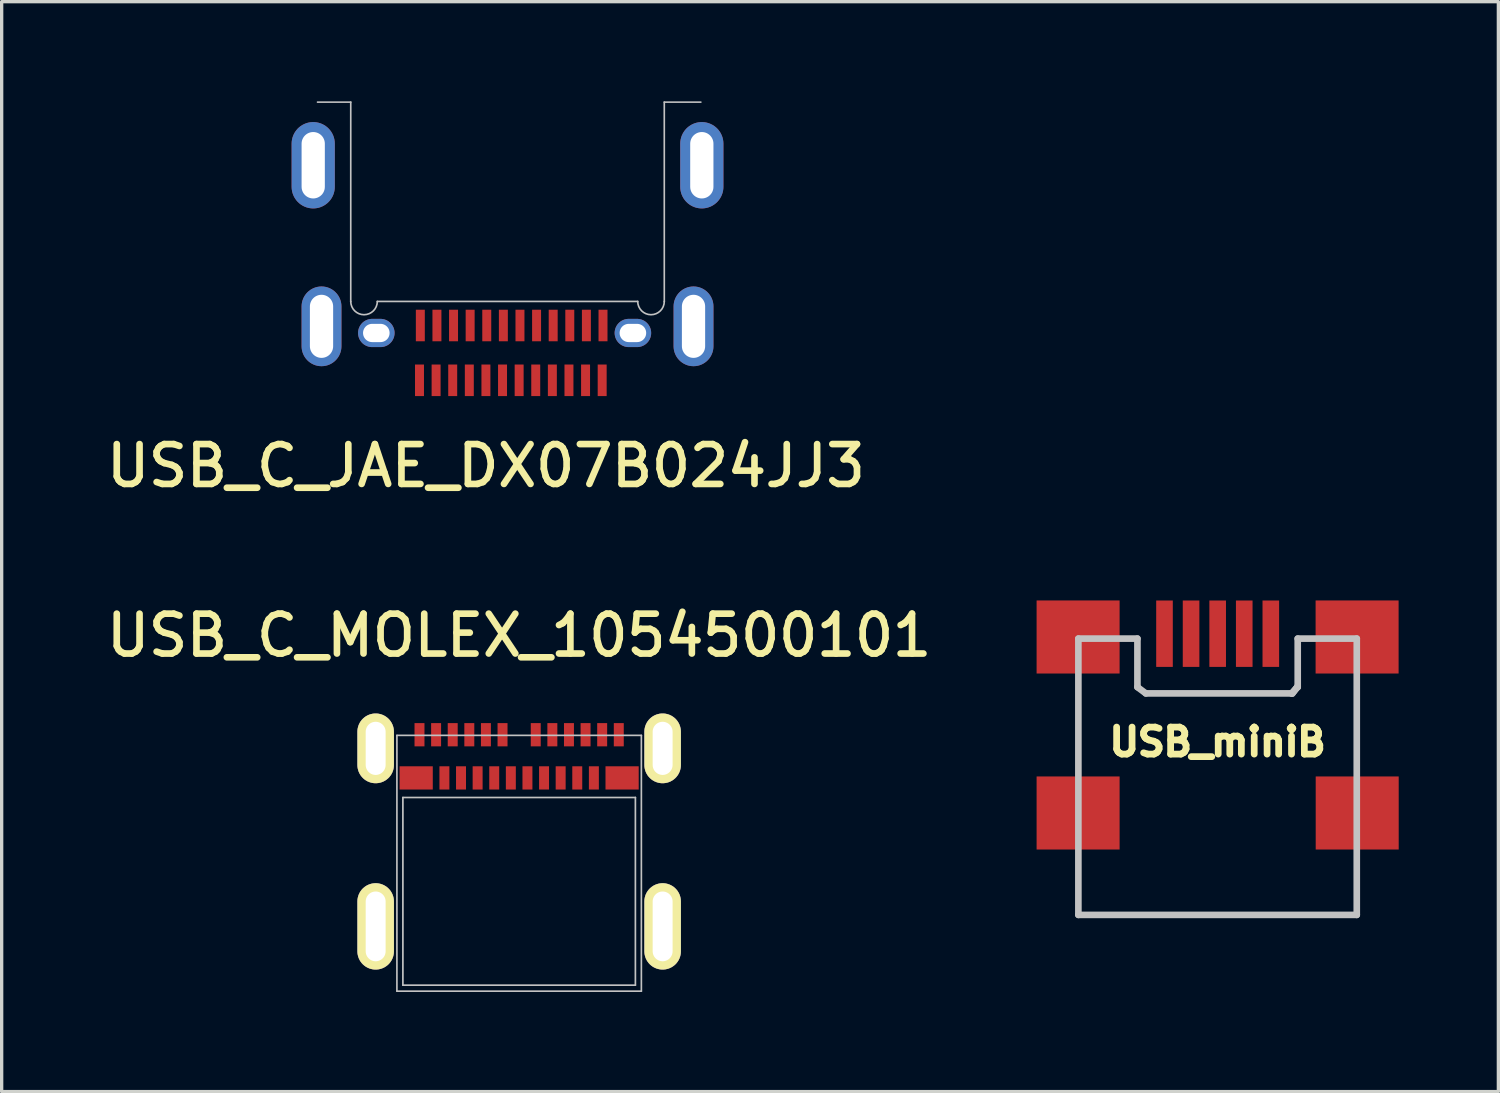
<source format=kicad_pcb>
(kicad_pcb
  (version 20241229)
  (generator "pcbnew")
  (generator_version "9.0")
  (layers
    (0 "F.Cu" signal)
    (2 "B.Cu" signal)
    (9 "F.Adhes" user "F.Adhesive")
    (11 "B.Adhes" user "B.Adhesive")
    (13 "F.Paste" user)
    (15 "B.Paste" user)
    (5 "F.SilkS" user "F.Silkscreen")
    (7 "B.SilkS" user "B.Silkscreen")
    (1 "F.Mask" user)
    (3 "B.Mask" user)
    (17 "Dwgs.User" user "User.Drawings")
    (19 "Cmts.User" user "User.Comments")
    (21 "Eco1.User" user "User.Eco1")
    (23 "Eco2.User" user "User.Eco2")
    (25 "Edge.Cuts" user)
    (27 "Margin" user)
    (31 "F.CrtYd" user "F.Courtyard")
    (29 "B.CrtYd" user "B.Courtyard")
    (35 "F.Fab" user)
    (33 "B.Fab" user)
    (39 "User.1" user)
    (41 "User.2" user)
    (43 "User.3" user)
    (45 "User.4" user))
  (footprint "USB_C_JAE_DX07B024JJ3"
    (layer "F.Cu")
    (at 17.78 6.775)
    (property "Reference" "USB_C_JAE_DX07B024JJ3" (at -6.2 4.2 0) (layer "F.SilkS") (effects (font (size 1.2 1.2) (thickness 0.2))))
    (attr smd)
    (fp_line (start -10.27 -6.75) (end -11.27 -6.75) (stroke (width 0.05) (type solid)) (layer "Dwgs.User"))
    (fp_line (start -10.27 -6.75) (end -10.27 -0.75) (stroke (width 0.05) (type solid)) (layer "Dwgs.User"))
    (fp_line (start -1.63 -0.75) (end -9.47 -0.75) (stroke (width 0.05) (type solid)) (layer "Dwgs.User"))
    (fp_line (start -0.83 -0.75) (end -0.83 -6.75) (stroke (width 0.05) (type solid)) (layer "Dwgs.User"))
    (fp_line (start 0.27 -6.75) (end -0.83 -6.75) (stroke (width 0.05) (type solid)) (layer "Dwgs.User"))
    (fp_arc (start -9.47 -0.75) (mid -9.87 -0.35) (end -10.27 -0.75) (stroke (width 0.05) (type solid)) (layer "Dwgs.User"))
    (fp_arc (start -0.83 -0.75) (mid -1.23 -0.35) (end -1.63 -0.75) (stroke (width 0.05) (type solid)) (layer "Dwgs.User"))
    (pad "1" smd rect (at -2.7 1.625 180) (size 0.27 0.95) (layers "F.Cu" "F.Mask" "F.Paste"))
    (pad "2" smd rect (at -3.2 1.625 180) (size 0.27 0.95) (layers "F.Cu" "F.Mask" "F.Paste"))
    (pad "3" smd rect (at -3.7 1.625 180) (size 0.27 0.95) (layers "F.Cu" "F.Mask" "F.Paste"))
    (pad "4" smd rect (at -4.2 1.625 180) (size 0.27 0.95) (layers "F.Cu" "F.Mask" "F.Paste"))
    (pad "5" smd rect (at -4.7 1.625 180) (size 0.27 0.95) (layers "F.Cu" "F.Mask" "F.Paste"))
    (pad "6" smd rect (at -5.2 1.625 180) (size 0.27 0.95) (layers "F.Cu" "F.Mask" "F.Paste"))
    (pad "7" smd rect (at -5.7 1.625 180) (size 0.27 0.95) (layers "F.Cu" "F.Mask" "F.Paste"))
    (pad "8" smd rect (at -6.2 1.625 180) (size 0.27 0.95) (layers "F.Cu" "F.Mask" "F.Paste"))
    (pad "9" smd rect (at -6.7 1.625 180) (size 0.27 0.95) (layers "F.Cu" "F.Mask" "F.Paste"))
    (pad "10" smd rect (at -7.2 1.625 180) (size 0.27 0.95) (layers "F.Cu" "F.Mask" "F.Paste"))
    (pad "11" smd rect (at -7.7 1.625 180) (size 0.27 0.95) (layers "F.Cu" "F.Mask" "F.Paste"))
    (pad "12" smd rect (at -8.2 1.625 180) (size 0.27 0.95) (layers "F.Cu" "F.Mask" "F.Paste"))
    (pad "13" smd rect (at -8.175 -0.025 180) (size 0.27 0.95) (layers "F.Cu" "F.Mask" "F.Paste"))
    (pad "14" smd rect (at -7.675 -0.025 180) (size 0.27 0.95) (layers "F.Cu" "F.Mask" "F.Paste"))
    (pad "15" smd rect (at -7.175 -0.025 180) (size 0.27 0.95) (layers "F.Cu" "F.Mask" "F.Paste"))
    (pad "16" smd rect (at -6.675 -0.025 180) (size 0.27 0.95) (layers "F.Cu" "F.Mask" "F.Paste"))
    (pad "17" smd rect (at -6.175 -0.025 180) (size 0.27 0.95) (layers "F.Cu" "F.Mask" "F.Paste"))
    (pad "18" smd rect (at -5.675 -0.025 180) (size 0.27 0.95) (layers "F.Cu" "F.Mask" "F.Paste"))
    (pad "19" smd rect (at -5.175 -0.025 180) (size 0.27 0.95) (layers "F.Cu" "F.Mask" "F.Paste"))
    (pad "20" smd rect (at -4.675 -0.025 180) (size 0.27 0.95) (layers "F.Cu" "F.Mask" "F.Paste"))
    (pad "21" smd rect (at -4.175 -0.025 180) (size 0.27 0.95) (layers "F.Cu" "F.Mask" "F.Paste"))
    (pad "22" smd rect (at -3.675 -0.025 180) (size 0.27 0.95) (layers "F.Cu" "F.Mask" "F.Paste"))
    (pad "23" smd rect (at -3.175 -0.025 180) (size 0.27 0.95) (layers "F.Cu" "F.Mask" "F.Paste"))
    (pad "24" smd rect (at -2.675 -0.025 180) (size 0.27 0.95) (layers "F.Cu" "F.Mask" "F.Paste"))
    (pad "25" thru_hole oval (at -11.4 -4.85) (size 1.3 2.6) (drill oval 0.7 2) (layers "*.Cu" "*.Mask"))
    (pad "25" thru_hole oval (at -11.15 0 180) (size 1.2 2.4) (drill oval 0.7 1.9) (layers "*.Cu" "*.Mask"))
    (pad "25" thru_hole oval (at -9.5 0.2 180) (size 1.1 0.85) (drill oval 0.8 0.55) (layers "*.Cu" "*.Mask"))
    (pad "25" thru_hole oval (at -1.775 0.2 180) (size 1.1 0.85) (drill oval 0.8 0.55) (layers "*.Cu" "*.Mask"))
    (pad "25" thru_hole oval (at 0.05 0 180) (size 1.2 2.4) (drill oval 0.7 1.9) (layers "*.Cu" "*.Mask"))
    (pad "25" thru_hole oval (at 0.3 -4.85) (size 1.3 2.6) (drill oval 0.7 2) (layers "*.Cu" "*.Mask")))
  (footprint "USB_C_MOLEX_1054500101"
    (layer "F.Cu")
    (at 12.58 19.481)
    (property "Reference" "USB_C_MOLEX_1054500101" (at 0 -3.4 0) (layer "F.SilkS") (effects (font (size 1.2 1.2) (thickness 0.2))))
    (attr smd)
    (fp_line (start -6.2 -1) (end -6.2 1.15) (stroke (width 0.65) (type solid)) (layer "F.Paste"))
    (fp_line (start -6.2 1.15) (end -4.05 1.15) (stroke (width 0.65) (type solid)) (layer "F.Paste"))
    (fp_line (start -5.8 4.2) (end -5.8 6.45) (stroke (width 0.65) (type solid)) (layer "F.Paste"))
    (fp_line (start -5.8 6.45) (end -4.05 6.45) (stroke (width 0.65) (type solid)) (layer "F.Paste"))
    (fp_line (start -5.6 -0.95) (end -5.6 1.15) (stroke (width 0.65) (type solid)) (layer "F.Paste"))
    (fp_line (start -5.2 4.2) (end -5.2 6.45) (stroke (width 0.65) (type solid)) (layer "F.Paste"))
    (fp_line (start -5 -1) (end -5 1.15) (stroke (width 0.65) (type solid)) (layer "F.Paste"))
    (fp_line (start -4.65 6.45) (end -4.65 4.2) (stroke (width 0.65) (type solid)) (layer "F.Paste"))
    (fp_line (start -4.5 -1) (end -4.5 1.15) (stroke (width 0.65) (type solid)) (layer "F.Paste"))
    (fp_line (start -4.05 -1) (end -6.2 -1) (stroke (width 0.65) (type solid)) (layer "F.Paste"))
    (fp_line (start -4.05 1.15) (end -4.05 -1) (stroke (width 0.65) (type solid)) (layer "F.Paste"))
    (fp_line (start -4.05 4.2) (end -5.8 4.2) (stroke (width 0.65) (type solid)) (layer "F.Paste"))
    (fp_line (start -4.05 6.45) (end -4.05 4.2) (stroke (width 0.65) (type solid)) (layer "F.Paste"))
    (fp_line (start 4.05 -1.1) (end 4.05 1.05) (stroke (width 0.65) (type solid)) (layer "F.Paste"))
    (fp_line (start 4.05 1.05) (end 6.2 1.05) (stroke (width 0.65) (type solid)) (layer "F.Paste"))
    (fp_line (start 4.05 4.2) (end 4.05 6.45) (stroke (width 0.65) (type solid)) (layer "F.Paste"))
    (fp_line (start 4.05 6.45) (end 5.8 6.45) (stroke (width 0.65) (type solid)) (layer "F.Paste"))
    (fp_line (start 4.65 -1.05) (end 4.65 1.05) (stroke (width 0.65) (type solid)) (layer "F.Paste"))
    (fp_line (start 4.65 4.2) (end 4.65 6.45) (stroke (width 0.65) (type solid)) (layer "F.Paste"))
    (fp_line (start 5.2 6.45) (end 5.2 4.2) (stroke (width 0.65) (type solid)) (layer "F.Paste"))
    (fp_line (start 5.25 -1.1) (end 5.25 1.05) (stroke (width 0.65) (type solid)) (layer "F.Paste"))
    (fp_line (start 5.75 -1.1) (end 5.75 1.05) (stroke (width 0.65) (type solid)) (layer "F.Paste"))
    (fp_line (start 5.8 4.2) (end 4.05 4.2) (stroke (width 0.65) (type solid)) (layer "F.Paste"))
    (fp_line (start 5.8 6.45) (end 5.8 4.2) (stroke (width 0.65) (type solid)) (layer "F.Paste"))
    (fp_line (start 6.2 -1.1) (end 4.05 -1.1) (stroke (width 0.65) (type solid)) (layer "F.Paste"))
    (fp_line (start 6.2 1.05) (end 6.2 -1.1) (stroke (width 0.65) (type solid)) (layer "F.Paste"))
    (fp_line (start -3.68 -0.39) (end 3.68 -0.39) (stroke (width 0.05) (type solid)) (layer "Dwgs.User"))
    (fp_line (start -3.68 7.31) (end -3.68 -0.39) (stroke (width 0.05) (type solid)) (layer "Dwgs.User"))
    (fp_line (start -3.5 1.48) (end -3.5 7.13) (stroke (width 0.051) (type solid)) (layer "Dwgs.User"))
    (fp_line (start -3.5 1.48) (end 3.5 1.48) (stroke (width 0.051) (type solid)) (layer "Dwgs.User"))
    (fp_line (start 3.5 1.48) (end 3.5 7.13) (stroke (width 0.051) (type solid)) (layer "Dwgs.User"))
    (fp_line (start 3.5 7.13) (end -3.5 7.13) (stroke (width 0.051) (type solid)) (layer "Dwgs.User"))
    (fp_line (start 3.68 -0.39) (end 3.68 7.31) (stroke (width 0.05) (type solid)) (layer "Dwgs.User"))
    (fp_line (start 3.68 7.31) (end -3.68 7.31) (stroke (width 0.05) (type solid)) (layer "Dwgs.User"))
    (pad "1" smd rect (at -3 -0.41) (size 0.3 0.7) (layers "F.Cu" "F.Mask" "F.Paste"))
    (pad "2" smd rect (at -2.5 -0.41) (size 0.3 0.7) (layers "F.Cu" "F.Mask" "F.Paste"))
    (pad "3" smd rect (at -2 -0.41) (size 0.3 0.7) (layers "F.Cu" "F.Mask" "F.Paste"))
    (pad "4" smd rect (at -1.5 -0.41) (size 0.3 0.7) (layers "F.Cu" "F.Mask" "F.Paste"))
    (pad "5" smd rect (at -1 -0.41) (size 0.3 0.7) (layers "F.Cu" "F.Mask" "F.Paste"))
    (pad "6" smd rect (at -0.5 -0.41) (size 0.3 0.7) (layers "F.Cu" "F.Mask" "F.Paste"))
    (pad "7" smd rect (at 0.5 -0.41) (size 0.3 0.7) (layers "F.Cu" "F.Mask" "F.Paste"))
    (pad "8" smd rect (at 1 -0.41) (size 0.3 0.7) (layers "F.Cu" "F.Mask" "F.Paste"))
    (pad "9" smd rect (at 1.5 -0.41) (size 0.3 0.7) (layers "F.Cu" "F.Mask" "F.Paste"))
    (pad "10" smd rect (at 2 -0.41) (size 0.3 0.7) (layers "F.Cu" "F.Mask" "F.Paste"))
    (pad "11" smd rect (at 2.5 -0.41) (size 0.3 0.7) (layers "F.Cu" "F.Mask" "F.Paste"))
    (pad "12" smd rect (at 3 -0.41) (size 0.3 0.7) (layers "F.Cu" "F.Mask" "F.Paste"))
    (pad "13" smd rect (at 3.1 0.89) (size 1 0.7) (layers "F.Cu" "F.Mask" "F.Paste"))
    (pad "14" smd rect (at 2.25 0.89) (size 0.3 0.7) (layers "F.Cu" "F.Mask" "F.Paste"))
    (pad "15" smd rect (at 1.75 0.89) (size 0.3 0.7) (layers "F.Cu" "F.Mask" "F.Paste"))
    (pad "16" smd rect (at 1.25 0.89) (size 0.3 0.7) (layers "F.Cu" "F.Mask" "F.Paste"))
    (pad "17" smd rect (at 0.75 0.89) (size 0.3 0.7) (layers "F.Cu" "F.Mask" "F.Paste"))
    (pad "18" smd rect (at 0.25 0.89) (size 0.3 0.7) (layers "F.Cu" "F.Mask" "F.Paste"))
    (pad "19" smd rect (at -0.25 0.89) (size 0.3 0.7) (layers "F.Cu" "F.Mask" "F.Paste"))
    (pad "20" smd rect (at -0.75 0.89) (size 0.3 0.7) (layers "F.Cu" "F.Mask" "F.Paste"))
    (pad "21" smd rect (at -1.25 0.89) (size 0.3 0.7) (layers "F.Cu" "F.Mask" "F.Paste"))
    (pad "22" smd rect (at -1.75 0.89) (size 0.3 0.7) (layers "F.Cu" "F.Mask" "F.Paste"))
    (pad "23" smd rect (at -2.25 0.89) (size 0.3 0.7) (layers "F.Cu" "F.Mask" "F.Paste"))
    (pad "24" smd rect (at -3.1 0.89) (size 1 0.7) (layers "F.Cu" "F.Mask" "F.Paste"))
    (pad "25" thru_hole oval (at -4.32 0) (size 1.1 2.1) (drill oval 0.6 1.6) (layers "*.Cu" "*.Mask" "F.SilkS"))
    (pad "25" thru_hole oval (at -4.32 5.36) (size 1.1 2.6) (drill oval 0.6 2.1) (layers "*.Cu" "*.Mask" "F.SilkS"))
    (pad "25" thru_hole oval (at 4.32 0) (size 1.1 2.1) (drill oval 0.6 1.6) (layers "*.Cu" "*.Mask" "F.SilkS"))
    (pad "25" thru_hole oval (at 4.32 5.36) (size 1.1 2.6) (drill oval 0.6 2.1) (layers "*.Cu" "*.Mask" "F.SilkS")))
  (footprint "USB_miniB"
    (layer "F.Cu")
    (at 33.608 18.78)
    (property "Reference" "USB_miniB" (at 0 0.508 0) (layer "F.SilkS") (effects (font (size 0.813 0.813) (thickness 0.203))))
    (attr through_hole)
    (fp_line (start -4.191 -2.603) (end -4.191 5.715) (stroke (width 0.2) (type solid)) (layer "Dwgs.User"))
    (fp_line (start -4.191 5.715) (end 4.191 5.715) (stroke (width 0.2) (type solid)) (layer "Dwgs.User"))
    (fp_line (start -2.413 -2.603) (end -4.191 -2.603) (stroke (width 0.2) (type solid)) (layer "Dwgs.User"))
    (fp_line (start -2.413 -1.143) (end -2.413 -2.603) (stroke (width 0.2) (type solid)) (layer "Dwgs.User"))
    (fp_line (start -2.159 -0.953) (end -2.413 -1.143) (stroke (width 0.2) (type solid)) (layer "Dwgs.User"))
    (fp_line (start 2.223 -0.953) (end -2.159 -0.953) (stroke (width 0.2) (type solid)) (layer "Dwgs.User"))
    (fp_line (start 2.25 -0.95) (end 2.4 -1.15) (stroke (width 0.2) (type solid)) (layer "Dwgs.User"))
    (fp_line (start 2.25 -0.95) (end 2.4 -1.15) (stroke (width 0.2) (type solid)) (layer "Dwgs.User"))
    (fp_line (start 2.413 -2.603) (end 2.413 -1.143) (stroke (width 0.2) (type solid)) (layer "Dwgs.User"))
    (fp_line (start 2.413 -1.143) (end 2.223 -0.953) (stroke (width 0.2) (type solid)) (layer "Dwgs.User"))
    (fp_line (start 4.191 -2.603) (end 2.413 -2.603) (stroke (width 0.2) (type solid)) (layer "Dwgs.User"))
    (fp_line (start 4.191 5.715) (end 4.191 -2.603) (stroke (width 0.2) (type solid)) (layer "Dwgs.User"))
    (pad "1" smd rect (at -1.598 -2.751) (size 0.5 1.999) (layers "F.Cu" "F.Mask" "F.Paste"))
    (pad "2" smd rect (at -0.798 -2.751) (size 0.5 1.999) (layers "F.Cu" "F.Mask" "F.Paste"))
    (pad "3" smd rect (at 0.003 -2.751) (size 0.5 1.999) (layers "F.Cu" "F.Mask" "F.Paste"))
    (pad "4" smd rect (at 0.803 -2.751) (size 0.5 1.999) (layers "F.Cu" "F.Mask" "F.Paste"))
    (pad "5" smd rect (at 1.603 -2.751) (size 0.5 1.999) (layers "F.Cu" "F.Mask" "F.Paste"))
    (pad "6" smd rect (at -4.199 -2.652) (size 2.499 2.2) (layers "F.Cu" "F.Mask" "F.Paste"))
    (pad "7" smd rect (at 4.201 -2.652) (size 2.499 2.2) (layers "F.Cu" "F.Mask" "F.Paste"))
    (pad "8" smd rect (at -4.199 2.647) (size 2.499 2.2) (layers "F.Cu" "F.Mask" "F.Paste"))
    (pad "9" smd rect (at 4.204 2.647) (size 2.499 2.2) (layers "F.Cu" "F.Mask" "F.Paste")))
  (gr_rect
    (start -3 -3)
    (end 42.062 29.816)
    (stroke (width 0.1) (type default))
    (fill no)
    (layer "Edge.Cuts")))
</source>
